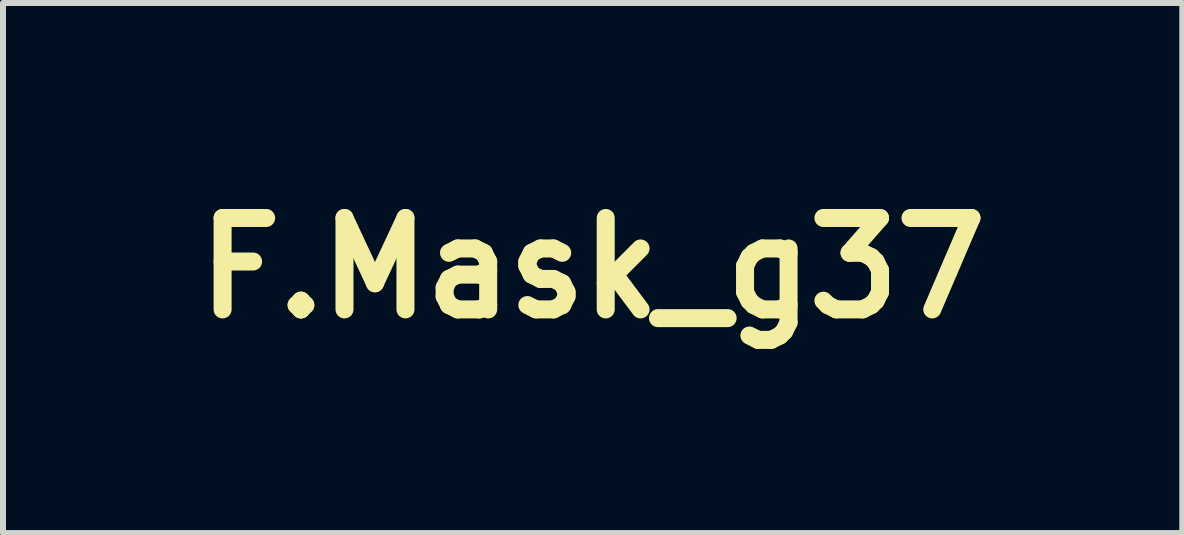
<source format=kicad_pcb>
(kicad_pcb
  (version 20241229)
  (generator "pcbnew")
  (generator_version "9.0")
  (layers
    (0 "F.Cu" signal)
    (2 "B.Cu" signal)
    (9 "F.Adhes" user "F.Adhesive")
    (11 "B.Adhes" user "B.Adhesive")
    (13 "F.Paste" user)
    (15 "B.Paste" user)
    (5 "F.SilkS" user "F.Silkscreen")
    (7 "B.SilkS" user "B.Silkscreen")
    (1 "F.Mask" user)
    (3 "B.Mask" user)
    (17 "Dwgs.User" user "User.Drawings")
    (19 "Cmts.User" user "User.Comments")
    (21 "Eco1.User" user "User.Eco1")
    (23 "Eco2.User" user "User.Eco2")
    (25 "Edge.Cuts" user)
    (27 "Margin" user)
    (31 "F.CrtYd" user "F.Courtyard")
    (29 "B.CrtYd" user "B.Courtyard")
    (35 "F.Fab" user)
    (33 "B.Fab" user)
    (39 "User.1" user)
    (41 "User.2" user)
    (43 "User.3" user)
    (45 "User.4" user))
  (footprint "F.Mask_g37"
    (layer "F.Cu")
    (at 6.829 1.418)
    (property "Reference" "F.Mask_g37" (at 0 0 0) (layer "F.SilkS") (effects (font (size 1.524 1.524) (thickness 0.3))))
    (attr through_hole)
    (fp_poly (pts (xy 0.292 0.491) (xy 0.266 0.559) (xy -0.034 0.559) (xy -0.009 0.497) (xy 0.008 0.457) (xy 0.016 0.432) (xy 0.017 0.43) (xy 0.033 0.427) (xy 0.075 0.425) (xy 0.135 0.423) (xy 0.168 0.423) (xy 0.319 0.423) (xy 0.292 0.491)) (stroke (width 0.01) (type solid)) (fill yes) (layer "F.Mask"))
    (fp_poly (pts (xy 1.512 0.16) (xy 1.514 0.162) (xy 1.538 0.205) (xy 1.533 0.252) (xy 1.505 0.296) (xy 1.456 0.331) (xy 1.393 0.35) (xy 1.392 0.35) (xy 1.319 0.36) (xy 1.355 0.269) (xy 1.392 0.191) (xy 1.431 0.147) (xy 1.471 0.137) (xy 1.512 0.16)) (stroke (width 0.01) (type solid)) (fill yes) (layer "F.Mask"))
    (fp_poly (pts (xy 0.396 -0.625) (xy 0.421 -0.62) (xy 0.423 -0.618) (xy 0.413 -0.602) (xy 0.385 -0.566) (xy 0.344 -0.516) (xy 0.305 -0.47) (xy 0.259 -0.413) (xy 0.224 -0.365) (xy 0.205 -0.333) (xy 0.203 -0.322) (xy 0.207 -0.302) (xy 0.194 -0.274) (xy 0.173 -0.253) (xy 0.144 -0.242) (xy 0.096 -0.237) (xy 0.063 -0.237) (xy -0.041 -0.237) (xy 0.012 -0.292) (xy 0.045 -0.332) (xy 0.064 -0.376) (xy 0.075 -0.437) (xy 0.077 -0.453) (xy 0.082 -0.516) (xy 0.08 -0.555) (xy 0.068 -0.582) (xy 0.059 -0.593) (xy 0.043 -0.613) (xy 0.045 -0.623) (xy 0.07 -0.626) (xy 0.116 -0.627) (xy 0.167 -0.625) (xy 0.193 -0.619) (xy 0.202 -0.602) (xy 0.204 -0.58) (xy 0.204 -0.533) (xy 0.243 -0.58) (xy 0.277 -0.612) (xy 0.319 -0.625) (xy 0.352 -0.627) (xy 0.396 -0.625)) (stroke (width 0.01) (type solid)) (fill yes) (layer "F.Mask"))
    (fp_poly (pts (xy -0.119 -0.711) (xy -0.152 -0.627) (xy -0.096 -0.627) (xy -0.042 -0.616) (xy -0.01 -0.595) (xy 0.005 -0.575) (xy 0.008 -0.554) (xy -0.001 -0.522) (xy -0.023 -0.469) (xy -0.051 -0.416) (xy -0.08 -0.374) (xy -0.099 -0.357) (xy -0.131 -0.349) (xy -0.186 -0.343) (xy -0.256 -0.339) (xy -0.29 -0.339) (xy -0.447 -0.339) (xy -0.404 -0.385) (xy -0.378 -0.423) (xy -0.373 -0.432) (xy -0.218 -0.432) (xy -0.206 -0.424) (xy -0.195 -0.423) (xy -0.172 -0.427) (xy -0.169 -0.43) (xy -0.163 -0.448) (xy -0.149 -0.485) (xy -0.144 -0.497) (xy -0.129 -0.537) (xy -0.128 -0.554) (xy -0.143 -0.559) (xy -0.149 -0.559) (xy -0.178 -0.543) (xy -0.2 -0.503) (xy -0.215 -0.456) (xy -0.218 -0.432) (xy -0.373 -0.432) (xy -0.346 -0.481) (xy -0.314 -0.55) (xy -0.305 -0.572) (xy -0.278 -0.644) (xy -0.264 -0.692) (xy -0.261 -0.725) (xy -0.267 -0.751) (xy -0.268 -0.754) (xy -0.277 -0.777) (xy -0.274 -0.79) (xy -0.251 -0.795) (xy -0.202 -0.796) (xy -0.186 -0.796) (xy -0.085 -0.796) (xy -0.119 -0.711)) (stroke (width 0.01) (type solid)) (fill yes) (layer "F.Mask"))
    (fp_poly (pts (xy 2.076 0.374) (xy 2.107 0.38) (xy 2.128 0.393) (xy 2.146 0.41) (xy 2.185 0.451) (xy 2.131 0.585) (xy 2.097 0.668) (xy 2.067 0.725) (xy 2.035 0.76) (xy 1.992 0.78) (xy 1.932 0.789) (xy 1.847 0.793) (xy 1.841 0.793) (xy 1.761 0.795) (xy 1.709 0.794) (xy 1.675 0.789) (xy 1.653 0.779) (xy 1.635 0.763) (xy 1.634 0.762) (xy 1.616 0.739) (xy 1.61 0.717) (xy 1.616 0.69) (xy 1.812 0.69) (xy 1.826 0.693) (xy 1.858 0.691) (xy 1.885 0.683) (xy 1.907 0.662) (xy 1.928 0.62) (xy 1.942 0.585) (xy 1.962 0.532) (xy 1.976 0.493) (xy 1.981 0.478) (xy 1.967 0.475) (xy 1.937 0.477) (xy 1.91 0.486) (xy 1.887 0.51) (xy 1.864 0.555) (xy 1.853 0.583) (xy 1.832 0.636) (xy 1.817 0.674) (xy 1.812 0.69) (xy 1.616 0.69) (xy 1.617 0.683) (xy 1.63 0.645) (xy 1.666 0.548) (xy 1.698 0.478) (xy 1.732 0.431) (xy 1.774 0.402) (xy 1.829 0.386) (xy 1.904 0.378) (xy 1.954 0.376) (xy 2.028 0.373) (xy 2.076 0.374)) (stroke (width 0.01) (type solid)) (fill yes) (layer "F.Mask"))
    (fp_poly (pts (xy -0.484 0.373) (xy -0.435 0.376) (xy -0.406 0.38) (xy -0.403 0.382) (xy -0.404 0.401) (xy -0.417 0.443) (xy -0.438 0.502) (xy -0.45 0.534) (xy -0.476 0.598) (xy -0.495 0.649) (xy -0.507 0.68) (xy -0.508 0.686) (xy -0.494 0.692) (xy -0.47 0.694) (xy -0.45 0.69) (xy -0.432 0.673) (xy -0.412 0.638) (xy -0.387 0.579) (xy -0.371 0.538) (xy -0.309 0.381) (xy -0.214 0.376) (xy -0.164 0.374) (xy -0.135 0.379) (xy -0.123 0.395) (xy -0.128 0.429) (xy -0.149 0.485) (xy -0.168 0.533) (xy -0.192 0.594) (xy -0.204 0.63) (xy -0.204 0.648) (xy -0.193 0.655) (xy -0.185 0.657) (xy -0.164 0.664) (xy -0.163 0.68) (xy -0.178 0.712) (xy -0.199 0.746) (xy -0.226 0.769) (xy -0.265 0.784) (xy -0.321 0.792) (xy -0.401 0.795) (xy -0.461 0.796) (xy -0.546 0.795) (xy -0.604 0.793) (xy -0.642 0.787) (xy -0.667 0.778) (xy -0.686 0.763) (xy -0.689 0.76) (xy -0.724 0.724) (xy -0.673 0.599) (xy -0.648 0.536) (xy -0.636 0.495) (xy -0.634 0.468) (xy -0.641 0.446) (xy -0.649 0.434) (xy -0.665 0.402) (xy -0.665 0.383) (xy -0.644 0.378) (xy -0.599 0.374) (xy -0.543 0.373) (xy -0.484 0.373)) (stroke (width 0.01) (type solid)) (fill yes) (layer "F.Mask"))
    (fp_poly (pts (xy 1.483 0.374) (xy 1.514 0.38) (xy 1.535 0.392) (xy 1.556 0.413) (xy 1.596 0.456) (xy 1.563 0.537) (xy 1.53 0.618) (xy 1.388 0.627) (xy 1.316 0.632) (xy 1.272 0.639) (xy 1.248 0.649) (xy 1.24 0.664) (xy 1.239 0.665) (xy 1.248 0.686) (xy 1.274 0.695) (xy 1.304 0.69) (xy 1.326 0.671) (xy 1.327 0.669) (xy 1.347 0.652) (xy 1.393 0.644) (xy 1.422 0.643) (xy 1.479 0.648) (xy 1.506 0.665) (xy 1.501 0.694) (xy 1.466 0.737) (xy 1.458 0.746) (xy 1.433 0.769) (xy 1.41 0.783) (xy 1.379 0.791) (xy 1.333 0.795) (xy 1.264 0.796) (xy 1.24 0.796) (xy 1.16 0.795) (xy 1.107 0.792) (xy 1.074 0.784) (xy 1.052 0.772) (xy 1.043 0.763) (xy 1.029 0.746) (xy 1.024 0.727) (xy 1.028 0.699) (xy 1.043 0.654) (xy 1.068 0.586) (xy 1.069 0.583) (xy 1.103 0.501) (xy 1.103 0.5) (xy 1.304 0.5) (xy 1.318 0.52) (xy 1.344 0.525) (xy 1.38 0.515) (xy 1.395 0.5) (xy 1.393 0.481) (xy 1.365 0.474) (xy 1.354 0.474) (xy 1.314 0.482) (xy 1.304 0.5) (xy 1.103 0.5) (xy 1.134 0.445) (xy 1.172 0.409) (xy 1.223 0.389) (xy 1.295 0.379) (xy 1.361 0.376) (xy 1.435 0.373) (xy 1.483 0.374)) (stroke (width 0.01) (type solid)) (fill yes) (layer "F.Mask"))
    (fp_poly (pts (xy 1.048 0.178) (xy 1.1 0.237) (xy 1.065 0.326) (xy 1.043 0.382) (xy 1.024 0.43) (xy 1.016 0.449) (xy 0.997 0.485) (xy 0.967 0.51) (xy 0.921 0.526) (xy 0.853 0.535) (xy 0.784 0.539) (xy 0.71 0.543) (xy 0.661 0.548) (xy 0.633 0.555) (xy 0.618 0.568) (xy 0.609 0.587) (xy 0.608 0.587) (xy 0.595 0.625) (xy 0.597 0.64) (xy 0.614 0.643) (xy 0.618 0.643) (xy 0.64 0.654) (xy 0.641 0.682) (xy 0.623 0.719) (xy 0.591 0.752) (xy 0.565 0.772) (xy 0.538 0.785) (xy 0.503 0.792) (xy 0.451 0.795) (xy 0.374 0.796) (xy 0.368 0.796) (xy 0.196 0.796) (xy 0.268 0.723) (xy 0.303 0.682) (xy 0.335 0.634) (xy 0.367 0.57) (xy 0.404 0.485) (xy 0.422 0.439) (xy 0.435 0.406) (xy 0.677 0.406) (xy 0.734 0.406) (xy 0.772 0.403) (xy 0.795 0.385) (xy 0.815 0.345) (xy 0.817 0.339) (xy 0.844 0.271) (xy 0.786 0.271) (xy 0.747 0.273) (xy 0.729 0.277) (xy 0.728 0.277) (xy 0.722 0.296) (xy 0.708 0.333) (xy 0.703 0.345) (xy 0.677 0.406) (xy 0.435 0.406) (xy 0.505 0.229) (xy 0.464 0.185) (xy 0.437 0.153) (xy 0.424 0.132) (xy 0.423 0.13) (xy 0.439 0.126) (xy 0.484 0.123) (xy 0.551 0.121) (xy 0.635 0.119) (xy 0.709 0.119) (xy 0.996 0.119) (xy 1.048 0.178)) (stroke (width 0.01) (type solid)) (fill yes) (layer "F.Mask"))
    (fp_poly (pts (xy -1.432 0.177) (xy -1.387 0.236) (xy -1.434 0.349) (xy -1.472 0.428) (xy -1.512 0.482) (xy -1.561 0.514) (xy -1.629 0.532) (xy -1.718 0.539) (xy -1.788 0.543) (xy -1.831 0.548) (xy -1.855 0.557) (xy -1.866 0.572) (xy -1.869 0.582) (xy -1.878 0.622) (xy -1.87 0.639) (xy -1.842 0.643) (xy -1.837 0.643) (xy -1.801 0.634) (xy -1.784 0.618) (xy -1.769 0.604) (xy -1.735 0.596) (xy -1.674 0.593) (xy -1.656 0.593) (xy -1.537 0.593) (xy -1.549 0.639) (xy -1.569 0.693) (xy -1.601 0.734) (xy -1.65 0.763) (xy -1.719 0.782) (xy -1.812 0.792) (xy -1.935 0.796) (xy -1.955 0.796) (xy -2.039 0.795) (xy -2.109 0.794) (xy -2.159 0.793) (xy -2.183 0.79) (xy -2.184 0.79) (xy -2.179 0.772) (xy -2.164 0.73) (xy -2.142 0.67) (xy -2.125 0.625) (xy -2.088 0.532) (xy -2.051 0.467) (xy -2.008 0.425) (xy -1.951 0.402) (xy -1.875 0.392) (xy -1.786 0.389) (xy -1.726 0.388) (xy -1.691 0.381) (xy -1.675 0.368) (xy -1.672 0.36) (xy -1.658 0.317) (xy -1.651 0.301) (xy -1.653 0.279) (xy -1.677 0.269) (xy -1.71 0.271) (xy -1.742 0.285) (xy -1.761 0.305) (xy -1.776 0.324) (xy -1.802 0.334) (xy -1.848 0.338) (xy -1.89 0.339) (xy -1.953 0.337) (xy -1.986 0.331) (xy -1.994 0.319) (xy -1.994 0.318) (xy -1.984 0.29) (xy -1.967 0.244) (xy -1.954 0.207) (xy -1.922 0.119) (xy -1.477 0.119) (xy -1.432 0.177)) (stroke (width 0.01) (type solid)) (fill yes) (layer "F.Mask"))
    (fp_poly (pts (xy -0.638 0.195) (xy -0.662 0.248) (xy -0.687 0.27) (xy -0.694 0.271) (xy -0.722 0.286) (xy -0.735 0.312) (xy -0.751 0.339) (xy -0.787 0.364) (xy -0.848 0.39) (xy -0.93 0.417) (xy -0.937 0.429) (xy -0.911 0.451) (xy -0.9 0.458) (xy -0.851 0.497) (xy -0.832 0.538) (xy -0.841 0.59) (xy -0.842 0.595) (xy -0.853 0.629) (xy -0.845 0.642) (xy -0.828 0.643) (xy -0.802 0.648) (xy -0.796 0.653) (xy -0.806 0.684) (xy -0.831 0.726) (xy -0.86 0.762) (xy -0.88 0.778) (xy -0.907 0.785) (xy -0.953 0.791) (xy -1.01 0.795) (xy -1.068 0.797) (xy -1.117 0.796) (xy -1.146 0.792) (xy -1.151 0.789) (xy -1.145 0.772) (xy -1.129 0.731) (xy -1.106 0.675) (xy -1.1 0.66) (xy -1.076 0.603) (xy -1.059 0.559) (xy -1.053 0.536) (xy -1.053 0.535) (xy -1.071 0.527) (xy -1.103 0.512) (xy -1.133 0.503) (xy -1.151 0.51) (xy -1.167 0.54) (xy -1.175 0.56) (xy -1.194 0.608) (xy -1.2 0.633) (xy -1.194 0.642) (xy -1.177 0.643) (xy -1.155 0.654) (xy -1.156 0.682) (xy -1.178 0.721) (xy -1.201 0.746) (xy -1.225 0.769) (xy -1.249 0.784) (xy -1.28 0.792) (xy -1.326 0.795) (xy -1.397 0.796) (xy -1.416 0.796) (xy -1.582 0.796) (xy -1.512 0.724) (xy -1.476 0.682) (xy -1.443 0.629) (xy -1.408 0.56) (xy -1.368 0.466) (xy -1.357 0.44) (xy -1.273 0.229) (xy -1.314 0.185) (xy -1.341 0.153) (xy -1.354 0.132) (xy -1.355 0.13) (xy -1.339 0.125) (xy -1.296 0.122) (xy -1.234 0.119) (xy -1.177 0.119) (xy -1.104 0.119) (xy -1.045 0.121) (xy -1.008 0.123) (xy -0.999 0.125) (xy -1.005 0.142) (xy -1.022 0.182) (xy -1.042 0.228) (xy -1.085 0.325) (xy -1.029 0.313) (xy -0.97 0.291) (xy -0.941 0.253) (xy -0.94 0.198) (xy -0.956 0.148) (xy -0.959 0.135) (xy -0.951 0.126) (xy -0.926 0.121) (xy -0.879 0.119) (xy -0.804 0.119) (xy -0.79 0.119) (xy -0.612 0.119) (xy -0.638 0.195)) (stroke (width 0.01) (type solid)) (fill yes) (layer "F.Mask")))
  (gr_rect
    (start -3 -3)
    (end 16.658 5.836)
    (stroke (width 0.1) (type default))
    (fill no)
    (layer "Edge.Cuts")))
</source>
